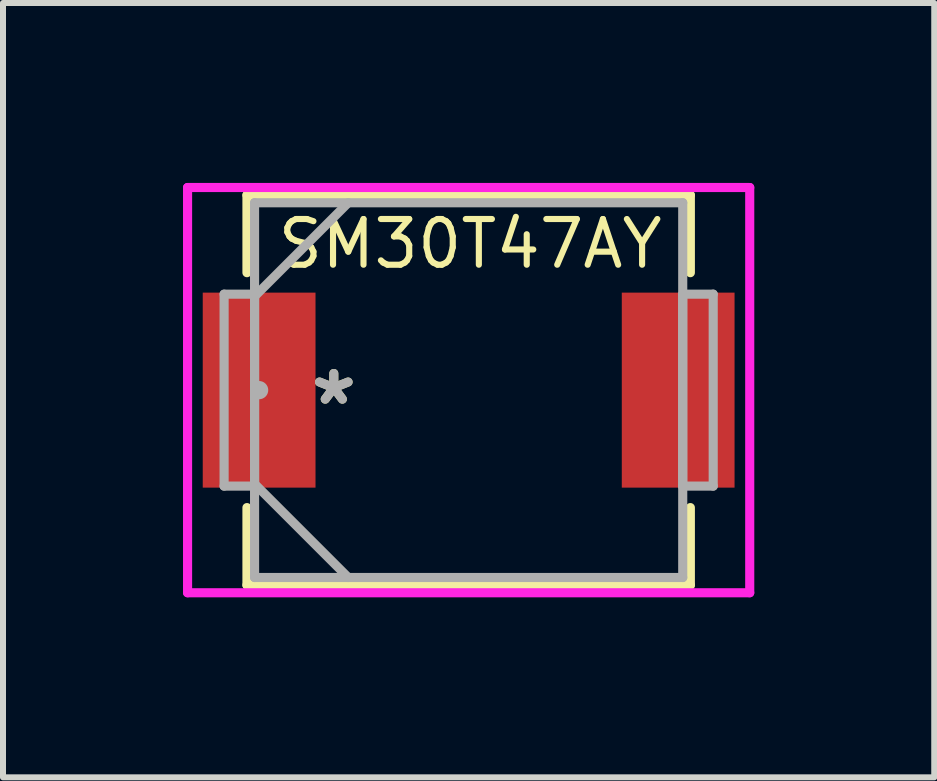
<source format=kicad_pcb>
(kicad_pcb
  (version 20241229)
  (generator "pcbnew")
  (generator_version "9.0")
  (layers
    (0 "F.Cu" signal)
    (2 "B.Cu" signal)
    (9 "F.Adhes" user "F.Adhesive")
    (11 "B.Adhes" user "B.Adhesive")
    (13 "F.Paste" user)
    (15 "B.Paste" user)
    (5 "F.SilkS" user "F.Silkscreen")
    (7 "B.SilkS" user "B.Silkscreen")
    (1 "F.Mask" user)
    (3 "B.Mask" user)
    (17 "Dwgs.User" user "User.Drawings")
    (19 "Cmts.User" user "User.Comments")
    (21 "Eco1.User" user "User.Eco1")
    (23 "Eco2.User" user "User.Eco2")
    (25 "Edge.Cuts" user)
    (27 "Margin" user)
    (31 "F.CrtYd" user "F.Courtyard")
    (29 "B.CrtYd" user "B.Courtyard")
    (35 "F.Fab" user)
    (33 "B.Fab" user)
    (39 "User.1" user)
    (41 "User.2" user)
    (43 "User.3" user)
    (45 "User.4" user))
  (footprint "SM30T47AY"
    (layer "F.Cu")
    (at 4.763 3.454)
    (property "Reference" "SM30T47AY" (at 0.025 -2.438 0) (layer "F.SilkS") (effects (font (size 0.762 0.762) (thickness 0.102))))
    (attr through_hole)
    (fp_line (start -3.696 -3.251) (end -3.696 -1.958) (stroke (width 0.152) (type solid)) (layer "F.SilkS"))
    (fp_line (start -3.696 1.958) (end -3.696 3.251) (stroke (width 0.152) (type solid)) (layer "F.SilkS"))
    (fp_line (start -3.696 3.251) (end 3.696 3.251) (stroke (width 0.152) (type solid)) (layer "F.SilkS"))
    (fp_line (start 3.696 -3.251) (end -3.696 -3.251) (stroke (width 0.152) (type solid)) (layer "F.SilkS"))
    (fp_line (start 3.696 -1.958) (end 3.696 -3.251) (stroke (width 0.152) (type solid)) (layer "F.SilkS"))
    (fp_line (start 3.696 3.251) (end 3.696 1.958) (stroke (width 0.152) (type solid)) (layer "F.SilkS"))
    (fp_line (start -4.686 -3.378) (end 4.686 -3.378) (stroke (width 0.152) (type solid)) (layer "F.CrtYd"))
    (fp_line (start -4.686 3.378) (end -4.686 -3.378) (stroke (width 0.152) (type solid)) (layer "F.CrtYd"))
    (fp_line (start 4.686 -3.378) (end 4.686 3.378) (stroke (width 0.152) (type solid)) (layer "F.CrtYd"))
    (fp_line (start 4.686 3.378) (end -4.686 3.378) (stroke (width 0.152) (type solid)) (layer "F.CrtYd"))
    (fp_line (start -4.077 -1.6) (end -4.077 1.6) (stroke (width 0.152) (type solid)) (layer "F.Fab"))
    (fp_line (start -4.077 1.6) (end -3.569 1.6) (stroke (width 0.152) (type solid)) (layer "F.Fab"))
    (fp_line (start -3.569 -3.124) (end -3.569 3.124) (stroke (width 0.152) (type solid)) (layer "F.Fab"))
    (fp_line (start -3.569 -1.6) (end -4.077 -1.6) (stroke (width 0.152) (type solid)) (layer "F.Fab"))
    (fp_line (start -3.569 -1.562) (end -2.007 -3.124) (stroke (width 0.152) (type solid)) (layer "F.Fab"))
    (fp_line (start -3.569 1.562) (end -2.007 3.124) (stroke (width 0.152) (type solid)) (layer "F.Fab"))
    (fp_line (start -3.569 1.6) (end -3.569 -1.6) (stroke (width 0.152) (type solid)) (layer "F.Fab"))
    (fp_line (start -3.569 3.124) (end 3.569 3.124) (stroke (width 0.152) (type solid)) (layer "F.Fab"))
    (fp_line (start 3.569 -3.124) (end -3.569 -3.124) (stroke (width 0.152) (type solid)) (layer "F.Fab"))
    (fp_line (start 3.569 -1.6) (end 3.569 1.6) (stroke (width 0.152) (type solid)) (layer "F.Fab"))
    (fp_line (start 3.569 1.6) (end 4.077 1.6) (stroke (width 0.152) (type solid)) (layer "F.Fab"))
    (fp_line (start 3.569 3.124) (end 3.569 -3.124) (stroke (width 0.152) (type solid)) (layer "F.Fab"))
    (fp_line (start 4.077 -1.6) (end 3.569 -1.6) (stroke (width 0.152) (type solid)) (layer "F.Fab"))
    (fp_line (start 4.077 1.6) (end 4.077 -1.6) (stroke (width 0.152) (type solid)) (layer "F.Fab"))
    (fp_circle (center -3.493 0) (end -3.493 0) (stroke (width 0.152) (type solid)) (fill no) (layer "F.Fab"))
    (fp_text user "*" (at -2.248 0.267 0) (layer "F.SilkS") (effects (font (size 1 1) (thickness 0.15))))
    (fp_text user "*" (at -2.248 0.267 0) (layer "F.Fab") (effects (font (size 1 1) (thickness 0.15))))
    (pad "1" smd rect (at -3.493 0) (size 1.88 3.251) (layers "F.Cu" "F.Mask" "F.Paste"))
    (pad "2" smd rect (at 3.493 0) (size 1.88 3.251) (layers "F.Cu" "F.Mask" "F.Paste")))
  (gr_rect
    (start -3 -3)
    (end 12.525 9.909)
    (stroke (width 0.1) (type default))
    (fill no)
    (layer "Edge.Cuts")))
</source>
